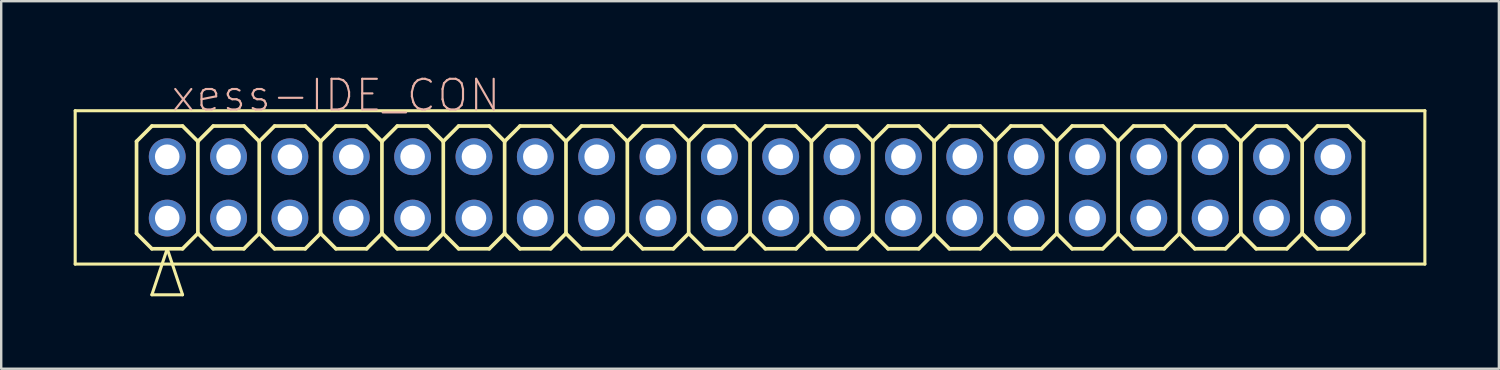
<source format=kicad_pcb>
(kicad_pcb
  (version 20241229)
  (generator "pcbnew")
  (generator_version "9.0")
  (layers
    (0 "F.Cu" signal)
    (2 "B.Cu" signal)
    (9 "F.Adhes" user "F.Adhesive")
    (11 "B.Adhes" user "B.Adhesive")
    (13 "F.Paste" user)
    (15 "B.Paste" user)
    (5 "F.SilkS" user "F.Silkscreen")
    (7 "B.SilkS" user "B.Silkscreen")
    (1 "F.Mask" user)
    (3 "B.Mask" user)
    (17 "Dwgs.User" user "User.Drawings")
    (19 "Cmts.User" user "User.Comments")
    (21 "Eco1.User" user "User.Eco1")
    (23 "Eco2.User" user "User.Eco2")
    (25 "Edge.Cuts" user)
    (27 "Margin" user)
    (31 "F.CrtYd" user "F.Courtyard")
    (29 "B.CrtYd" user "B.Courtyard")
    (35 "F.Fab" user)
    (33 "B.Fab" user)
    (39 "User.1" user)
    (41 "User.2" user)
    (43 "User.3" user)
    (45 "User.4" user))
  (footprint "xess-IDE_CON"
    (layer "F.Cu")
    (at 28.003 4.709)
    (property "Reference" "xess-IDE_CON" (at -17.145 -3.81 0) (layer "B.SilkS") (effects (font (size 1.27 1.27) (thickness 0.089))))
    (attr exclude_from_pos_files exclude_from_bom)
    (fp_line (start -27.94 -3.175) (end -27.94 3.175) (stroke (width 0.127) (type solid)) (layer "F.SilkS"))
    (fp_line (start -27.94 3.175) (end 27.94 3.175) (stroke (width 0.127) (type solid)) (layer "F.SilkS"))
    (fp_line (start -25.4 -1.905) (end -24.765 -2.54) (stroke (width 0.152) (type solid)) (layer "F.SilkS"))
    (fp_line (start -25.4 1.905) (end -25.4 -1.905) (stroke (width 0.152) (type solid)) (layer "F.SilkS"))
    (fp_line (start -25.4 1.905) (end -24.765 2.54) (stroke (width 0.152) (type solid)) (layer "F.SilkS"))
    (fp_line (start -24.765 -2.54) (end -23.495 -2.54) (stroke (width 0.152) (type solid)) (layer "F.SilkS"))
    (fp_line (start -24.765 2.54) (end -23.495 2.54) (stroke (width 0.152) (type solid)) (layer "F.SilkS"))
    (fp_line (start -24.765 4.445) (end -23.495 4.445) (stroke (width 0.127) (type solid)) (layer "F.SilkS"))
    (fp_line (start -24.13 2.54) (end -24.765 4.445) (stroke (width 0.127) (type solid)) (layer "F.SilkS"))
    (fp_line (start -23.495 -2.54) (end -22.86 -1.905) (stroke (width 0.152) (type solid)) (layer "F.SilkS"))
    (fp_line (start -23.495 2.54) (end -22.86 1.905) (stroke (width 0.152) (type solid)) (layer "F.SilkS"))
    (fp_line (start -23.495 4.445) (end -24.13 2.54) (stroke (width 0.127) (type solid)) (layer "F.SilkS"))
    (fp_line (start -22.86 -1.905) (end -22.86 1.905) (stroke (width 0.152) (type solid)) (layer "F.SilkS"))
    (fp_line (start -22.86 -1.905) (end -22.225 -2.54) (stroke (width 0.152) (type solid)) (layer "F.SilkS"))
    (fp_line (start -22.86 1.905) (end -22.225 2.54) (stroke (width 0.152) (type solid)) (layer "F.SilkS"))
    (fp_line (start -22.225 -2.54) (end -20.955 -2.54) (stroke (width 0.152) (type solid)) (layer "F.SilkS"))
    (fp_line (start -22.225 2.54) (end -20.955 2.54) (stroke (width 0.152) (type solid)) (layer "F.SilkS"))
    (fp_line (start -20.955 -2.54) (end -20.32 -1.905) (stroke (width 0.152) (type solid)) (layer "F.SilkS"))
    (fp_line (start -20.955 2.54) (end -20.32 1.905) (stroke (width 0.152) (type solid)) (layer "F.SilkS"))
    (fp_line (start -20.32 -1.905) (end -20.32 1.905) (stroke (width 0.152) (type solid)) (layer "F.SilkS"))
    (fp_line (start -20.32 -1.905) (end -19.685 -2.54) (stroke (width 0.152) (type solid)) (layer "F.SilkS"))
    (fp_line (start -20.32 1.905) (end -19.685 2.54) (stroke (width 0.152) (type solid)) (layer "F.SilkS"))
    (fp_line (start -19.685 -2.54) (end -18.415 -2.54) (stroke (width 0.152) (type solid)) (layer "F.SilkS"))
    (fp_line (start -19.685 2.54) (end -18.415 2.54) (stroke (width 0.152) (type solid)) (layer "F.SilkS"))
    (fp_line (start -18.415 -2.54) (end -17.78 -1.905) (stroke (width 0.152) (type solid)) (layer "F.SilkS"))
    (fp_line (start -18.415 2.54) (end -17.78 1.905) (stroke (width 0.152) (type solid)) (layer "F.SilkS"))
    (fp_line (start -17.78 -1.905) (end -17.78 1.905) (stroke (width 0.152) (type solid)) (layer "F.SilkS"))
    (fp_line (start -17.78 -1.905) (end -17.145 -2.54) (stroke (width 0.152) (type solid)) (layer "F.SilkS"))
    (fp_line (start -17.78 1.905) (end -17.145 2.54) (stroke (width 0.152) (type solid)) (layer "F.SilkS"))
    (fp_line (start -17.145 -2.54) (end -15.875 -2.54) (stroke (width 0.152) (type solid)) (layer "F.SilkS"))
    (fp_line (start -17.145 2.54) (end -15.875 2.54) (stroke (width 0.152) (type solid)) (layer "F.SilkS"))
    (fp_line (start -15.875 -2.54) (end -15.24 -1.905) (stroke (width 0.152) (type solid)) (layer "F.SilkS"))
    (fp_line (start -15.875 2.54) (end -15.24 1.905) (stroke (width 0.152) (type solid)) (layer "F.SilkS"))
    (fp_line (start -15.24 -1.905) (end -15.24 1.905) (stroke (width 0.152) (type solid)) (layer "F.SilkS"))
    (fp_line (start -15.24 -1.905) (end -14.605 -2.54) (stroke (width 0.152) (type solid)) (layer "F.SilkS"))
    (fp_line (start -15.24 1.905) (end -14.605 2.54) (stroke (width 0.152) (type solid)) (layer "F.SilkS"))
    (fp_line (start -14.605 -2.54) (end -13.335 -2.54) (stroke (width 0.152) (type solid)) (layer "F.SilkS"))
    (fp_line (start -14.605 2.54) (end -13.335 2.54) (stroke (width 0.152) (type solid)) (layer "F.SilkS"))
    (fp_line (start -13.335 -2.54) (end -12.7 -1.905) (stroke (width 0.152) (type solid)) (layer "F.SilkS"))
    (fp_line (start -13.335 2.54) (end -12.7 1.905) (stroke (width 0.152) (type solid)) (layer "F.SilkS"))
    (fp_line (start -12.7 -1.905) (end -12.7 1.905) (stroke (width 0.152) (type solid)) (layer "F.SilkS"))
    (fp_line (start -12.7 -1.905) (end -12.065 -2.54) (stroke (width 0.152) (type solid)) (layer "F.SilkS"))
    (fp_line (start -12.7 1.905) (end -12.065 2.54) (stroke (width 0.152) (type solid)) (layer "F.SilkS"))
    (fp_line (start -12.065 -2.54) (end -10.795 -2.54) (stroke (width 0.152) (type solid)) (layer "F.SilkS"))
    (fp_line (start -12.065 2.54) (end -10.795 2.54) (stroke (width 0.152) (type solid)) (layer "F.SilkS"))
    (fp_line (start -10.795 -2.54) (end -10.16 -1.905) (stroke (width 0.152) (type solid)) (layer "F.SilkS"))
    (fp_line (start -10.795 2.54) (end -10.16 1.905) (stroke (width 0.152) (type solid)) (layer "F.SilkS"))
    (fp_line (start -10.16 -1.905) (end -10.16 1.905) (stroke (width 0.152) (type solid)) (layer "F.SilkS"))
    (fp_line (start -10.16 -1.905) (end -9.525 -2.54) (stroke (width 0.152) (type solid)) (layer "F.SilkS"))
    (fp_line (start -10.16 1.905) (end -9.525 2.54) (stroke (width 0.152) (type solid)) (layer "F.SilkS"))
    (fp_line (start -9.525 -2.54) (end -8.255 -2.54) (stroke (width 0.152) (type solid)) (layer "F.SilkS"))
    (fp_line (start -8.255 -2.54) (end -7.62 -1.905) (stroke (width 0.152) (type solid)) (layer "F.SilkS"))
    (fp_line (start -8.255 2.54) (end -9.525 2.54) (stroke (width 0.152) (type solid)) (layer "F.SilkS"))
    (fp_line (start -7.62 -1.905) (end -7.62 1.905) (stroke (width 0.152) (type solid)) (layer "F.SilkS"))
    (fp_line (start -7.62 -1.905) (end -6.985 -2.54) (stroke (width 0.152) (type solid)) (layer "F.SilkS"))
    (fp_line (start -7.62 1.905) (end -8.255 2.54) (stroke (width 0.152) (type solid)) (layer "F.SilkS"))
    (fp_line (start -7.62 1.905) (end -6.985 2.54) (stroke (width 0.152) (type solid)) (layer "F.SilkS"))
    (fp_line (start -6.985 -2.54) (end -5.715 -2.54) (stroke (width 0.152) (type solid)) (layer "F.SilkS"))
    (fp_line (start -5.715 -2.54) (end -5.08 -1.905) (stroke (width 0.152) (type solid)) (layer "F.SilkS"))
    (fp_line (start -5.715 2.54) (end -6.985 2.54) (stroke (width 0.152) (type solid)) (layer "F.SilkS"))
    (fp_line (start -5.08 -1.905) (end -5.08 1.905) (stroke (width 0.152) (type solid)) (layer "F.SilkS"))
    (fp_line (start -5.08 -1.905) (end -4.445 -2.54) (stroke (width 0.152) (type solid)) (layer "F.SilkS"))
    (fp_line (start -5.08 1.905) (end -5.715 2.54) (stroke (width 0.152) (type solid)) (layer "F.SilkS"))
    (fp_line (start -5.08 1.905) (end -4.445 2.54) (stroke (width 0.152) (type solid)) (layer "F.SilkS"))
    (fp_line (start -4.445 -2.54) (end -3.175 -2.54) (stroke (width 0.152) (type solid)) (layer "F.SilkS"))
    (fp_line (start -3.175 -2.54) (end -2.54 -1.905) (stroke (width 0.152) (type solid)) (layer "F.SilkS"))
    (fp_line (start -3.175 2.54) (end -4.445 2.54) (stroke (width 0.152) (type solid)) (layer "F.SilkS"))
    (fp_line (start -2.54 -1.905) (end -2.54 1.905) (stroke (width 0.152) (type solid)) (layer "F.SilkS"))
    (fp_line (start -2.54 -1.905) (end -1.905 -2.54) (stroke (width 0.152) (type solid)) (layer "F.SilkS"))
    (fp_line (start -2.54 1.905) (end -3.175 2.54) (stroke (width 0.152) (type solid)) (layer "F.SilkS"))
    (fp_line (start -2.54 1.905) (end -1.905 2.54) (stroke (width 0.152) (type solid)) (layer "F.SilkS"))
    (fp_line (start -1.905 -2.54) (end -0.635 -2.54) (stroke (width 0.152) (type solid)) (layer "F.SilkS"))
    (fp_line (start -0.635 -2.54) (end 0 -1.905) (stroke (width 0.152) (type solid)) (layer "F.SilkS"))
    (fp_line (start -0.635 2.54) (end -1.905 2.54) (stroke (width 0.152) (type solid)) (layer "F.SilkS"))
    (fp_line (start 0 -1.905) (end 0 1.905) (stroke (width 0.152) (type solid)) (layer "F.SilkS"))
    (fp_line (start 0 -1.905) (end 0.635 -2.54) (stroke (width 0.152) (type solid)) (layer "F.SilkS"))
    (fp_line (start 0 1.905) (end -0.635 2.54) (stroke (width 0.152) (type solid)) (layer "F.SilkS"))
    (fp_line (start 0 1.905) (end 0.635 2.54) (stroke (width 0.152) (type solid)) (layer "F.SilkS"))
    (fp_line (start 0.635 -2.54) (end 1.905 -2.54) (stroke (width 0.152) (type solid)) (layer "F.SilkS"))
    (fp_line (start 1.905 -2.54) (end 2.54 -1.905) (stroke (width 0.152) (type solid)) (layer "F.SilkS"))
    (fp_line (start 1.905 2.54) (end 0.635 2.54) (stroke (width 0.152) (type solid)) (layer "F.SilkS"))
    (fp_line (start 2.54 -1.905) (end 2.54 1.905) (stroke (width 0.152) (type solid)) (layer "F.SilkS"))
    (fp_line (start 2.54 -1.905) (end 3.175 -2.54) (stroke (width 0.152) (type solid)) (layer "F.SilkS"))
    (fp_line (start 2.54 1.905) (end 1.905 2.54) (stroke (width 0.152) (type solid)) (layer "F.SilkS"))
    (fp_line (start 2.54 1.905) (end 3.175 2.54) (stroke (width 0.152) (type solid)) (layer "F.SilkS"))
    (fp_line (start 3.175 -2.54) (end 4.445 -2.54) (stroke (width 0.152) (type solid)) (layer "F.SilkS"))
    (fp_line (start 4.445 2.54) (end 3.175 2.54) (stroke (width 0.152) (type solid)) (layer "F.SilkS"))
    (fp_line (start 5.08 -1.905) (end 4.445 -2.54) (stroke (width 0.152) (type solid)) (layer "F.SilkS"))
    (fp_line (start 5.08 -1.905) (end 5.08 1.905) (stroke (width 0.152) (type solid)) (layer "F.SilkS"))
    (fp_line (start 5.08 -1.905) (end 5.715 -2.54) (stroke (width 0.152) (type solid)) (layer "F.SilkS"))
    (fp_line (start 5.08 1.905) (end 4.445 2.54) (stroke (width 0.152) (type solid)) (layer "F.SilkS"))
    (fp_line (start 5.08 1.905) (end 5.715 2.54) (stroke (width 0.152) (type solid)) (layer "F.SilkS"))
    (fp_line (start 6.985 -2.54) (end 5.715 -2.54) (stroke (width 0.152) (type solid)) (layer "F.SilkS"))
    (fp_line (start 6.985 -2.54) (end 7.62 -1.905) (stroke (width 0.152) (type solid)) (layer "F.SilkS"))
    (fp_line (start 6.985 2.54) (end 5.715 2.54) (stroke (width 0.152) (type solid)) (layer "F.SilkS"))
    (fp_line (start 7.62 -1.905) (end 7.62 1.905) (stroke (width 0.152) (type solid)) (layer "F.SilkS"))
    (fp_line (start 7.62 -1.905) (end 8.255 -2.54) (stroke (width 0.152) (type solid)) (layer "F.SilkS"))
    (fp_line (start 7.62 1.905) (end 6.985 2.54) (stroke (width 0.152) (type solid)) (layer "F.SilkS"))
    (fp_line (start 7.62 1.905) (end 8.255 2.54) (stroke (width 0.152) (type solid)) (layer "F.SilkS"))
    (fp_line (start 9.525 -2.54) (end 8.255 -2.54) (stroke (width 0.152) (type solid)) (layer "F.SilkS"))
    (fp_line (start 9.525 -2.54) (end 10.16 -1.905) (stroke (width 0.152) (type solid)) (layer "F.SilkS"))
    (fp_line (start 9.525 2.54) (end 8.255 2.54) (stroke (width 0.152) (type solid)) (layer "F.SilkS"))
    (fp_line (start 10.16 -1.905) (end 10.16 1.905) (stroke (width 0.152) (type solid)) (layer "F.SilkS"))
    (fp_line (start 10.16 -1.905) (end 10.795 -2.54) (stroke (width 0.152) (type solid)) (layer "F.SilkS"))
    (fp_line (start 10.16 1.905) (end 9.525 2.54) (stroke (width 0.152) (type solid)) (layer "F.SilkS"))
    (fp_line (start 10.795 2.54) (end 10.16 1.905) (stroke (width 0.152) (type solid)) (layer "F.SilkS"))
    (fp_line (start 10.795 2.54) (end 12.065 2.54) (stroke (width 0.152) (type solid)) (layer "F.SilkS"))
    (fp_line (start 12.065 -2.54) (end 10.795 -2.54) (stroke (width 0.152) (type solid)) (layer "F.SilkS"))
    (fp_line (start 12.065 -2.54) (end 12.7 -1.905) (stroke (width 0.152) (type solid)) (layer "F.SilkS"))
    (fp_line (start 12.7 -1.905) (end 12.7 1.905) (stroke (width 0.152) (type solid)) (layer "F.SilkS"))
    (fp_line (start 12.7 -1.905) (end 13.335 -2.54) (stroke (width 0.152) (type solid)) (layer "F.SilkS"))
    (fp_line (start 12.7 1.905) (end 12.065 2.54) (stroke (width 0.152) (type solid)) (layer "F.SilkS"))
    (fp_line (start 13.335 2.54) (end 12.7 1.905) (stroke (width 0.152) (type solid)) (layer "F.SilkS"))
    (fp_line (start 13.335 2.54) (end 14.605 2.54) (stroke (width 0.152) (type solid)) (layer "F.SilkS"))
    (fp_line (start 14.605 -2.54) (end 13.335 -2.54) (stroke (width 0.152) (type solid)) (layer "F.SilkS"))
    (fp_line (start 14.605 -2.54) (end 15.24 -1.905) (stroke (width 0.152) (type solid)) (layer "F.SilkS"))
    (fp_line (start 15.24 -1.905) (end 15.24 1.905) (stroke (width 0.152) (type solid)) (layer "F.SilkS"))
    (fp_line (start 15.24 -1.905) (end 15.875 -2.54) (stroke (width 0.152) (type solid)) (layer "F.SilkS"))
    (fp_line (start 15.24 1.905) (end 14.605 2.54) (stroke (width 0.152) (type solid)) (layer "F.SilkS"))
    (fp_line (start 15.24 1.905) (end 15.875 2.54) (stroke (width 0.152) (type solid)) (layer "F.SilkS"))
    (fp_line (start 17.145 -2.54) (end 15.875 -2.54) (stroke (width 0.152) (type solid)) (layer "F.SilkS"))
    (fp_line (start 17.145 -2.54) (end 17.78 -1.905) (stroke (width 0.152) (type solid)) (layer "F.SilkS"))
    (fp_line (start 17.145 2.54) (end 15.875 2.54) (stroke (width 0.152) (type solid)) (layer "F.SilkS"))
    (fp_line (start 17.78 -1.905) (end 17.78 1.905) (stroke (width 0.152) (type solid)) (layer "F.SilkS"))
    (fp_line (start 17.78 -1.905) (end 18.415 -2.54) (stroke (width 0.152) (type solid)) (layer "F.SilkS"))
    (fp_line (start 17.78 1.905) (end 17.145 2.54) (stroke (width 0.152) (type solid)) (layer "F.SilkS"))
    (fp_line (start 17.78 1.905) (end 18.415 2.54) (stroke (width 0.152) (type solid)) (layer "F.SilkS"))
    (fp_line (start 19.685 -2.54) (end 18.415 -2.54) (stroke (width 0.152) (type solid)) (layer "F.SilkS"))
    (fp_line (start 19.685 -2.54) (end 20.32 -1.905) (stroke (width 0.152) (type solid)) (layer "F.SilkS"))
    (fp_line (start 19.685 2.54) (end 18.415 2.54) (stroke (width 0.152) (type solid)) (layer "F.SilkS"))
    (fp_line (start 20.32 -1.905) (end 20.32 1.905) (stroke (width 0.152) (type solid)) (layer "F.SilkS"))
    (fp_line (start 20.32 -1.905) (end 20.955 -2.54) (stroke (width 0.152) (type solid)) (layer "F.SilkS"))
    (fp_line (start 20.32 1.905) (end 19.685 2.54) (stroke (width 0.152) (type solid)) (layer "F.SilkS"))
    (fp_line (start 20.32 1.905) (end 20.955 2.54) (stroke (width 0.152) (type solid)) (layer "F.SilkS"))
    (fp_line (start 22.225 -2.54) (end 20.955 -2.54) (stroke (width 0.152) (type solid)) (layer "F.SilkS"))
    (fp_line (start 22.225 -2.54) (end 22.86 -1.905) (stroke (width 0.152) (type solid)) (layer "F.SilkS"))
    (fp_line (start 22.225 2.54) (end 20.955 2.54) (stroke (width 0.152) (type solid)) (layer "F.SilkS"))
    (fp_line (start 22.86 -1.905) (end 22.86 1.905) (stroke (width 0.152) (type solid)) (layer "F.SilkS"))
    (fp_line (start 22.86 -1.905) (end 23.495 -2.54) (stroke (width 0.152) (type solid)) (layer "F.SilkS"))
    (fp_line (start 22.86 1.905) (end 22.225 2.54) (stroke (width 0.152) (type solid)) (layer "F.SilkS"))
    (fp_line (start 22.86 1.905) (end 23.495 2.54) (stroke (width 0.152) (type solid)) (layer "F.SilkS"))
    (fp_line (start 24.765 -2.54) (end 23.495 -2.54) (stroke (width 0.152) (type solid)) (layer "F.SilkS"))
    (fp_line (start 24.765 -2.54) (end 25.4 -1.905) (stroke (width 0.152) (type solid)) (layer "F.SilkS"))
    (fp_line (start 24.765 2.54) (end 23.495 2.54) (stroke (width 0.152) (type solid)) (layer "F.SilkS"))
    (fp_line (start 25.4 -1.905) (end 25.4 1.905) (stroke (width 0.152) (type solid)) (layer "F.SilkS"))
    (fp_line (start 25.4 1.905) (end 24.765 2.54) (stroke (width 0.152) (type solid)) (layer "F.SilkS"))
    (fp_line (start 27.94 -3.175) (end -27.94 -3.175) (stroke (width 0.127) (type solid)) (layer "F.SilkS"))
    (fp_line (start 27.94 3.175) (end 27.94 -3.175) (stroke (width 0.127) (type solid)) (layer "F.SilkS"))
    (fp_line (start -24.384 -1.524) (end -23.876 -1.524) (stroke (width 0.066) (type solid)) (layer "Dwgs.User"))
    (fp_line (start -24.384 -1.016) (end -24.384 -1.524) (stroke (width 0.066) (type solid)) (layer "Dwgs.User"))
    (fp_line (start -24.384 -1.016) (end -23.876 -1.016) (stroke (width 0.066) (type solid)) (layer "Dwgs.User"))
    (fp_line (start -24.384 1.016) (end -23.876 1.016) (stroke (width 0.066) (type solid)) (layer "Dwgs.User"))
    (fp_line (start -24.384 1.524) (end -24.384 1.016) (stroke (width 0.066) (type solid)) (layer "Dwgs.User"))
    (fp_line (start -24.384 1.524) (end -23.876 1.524) (stroke (width 0.066) (type solid)) (layer "Dwgs.User"))
    (fp_line (start -23.876 -1.016) (end -23.876 -1.524) (stroke (width 0.066) (type solid)) (layer "Dwgs.User"))
    (fp_line (start -23.876 1.524) (end -23.876 1.016) (stroke (width 0.066) (type solid)) (layer "Dwgs.User"))
    (fp_line (start -21.844 -1.524) (end -21.336 -1.524) (stroke (width 0.066) (type solid)) (layer "Dwgs.User"))
    (fp_line (start -21.844 -1.016) (end -21.844 -1.524) (stroke (width 0.066) (type solid)) (layer "Dwgs.User"))
    (fp_line (start -21.844 -1.016) (end -21.336 -1.016) (stroke (width 0.066) (type solid)) (layer "Dwgs.User"))
    (fp_line (start -21.844 1.016) (end -21.336 1.016) (stroke (width 0.066) (type solid)) (layer "Dwgs.User"))
    (fp_line (start -21.844 1.524) (end -21.844 1.016) (stroke (width 0.066) (type solid)) (layer "Dwgs.User"))
    (fp_line (start -21.844 1.524) (end -21.336 1.524) (stroke (width 0.066) (type solid)) (layer "Dwgs.User"))
    (fp_line (start -21.336 -1.016) (end -21.336 -1.524) (stroke (width 0.066) (type solid)) (layer "Dwgs.User"))
    (fp_line (start -21.336 1.524) (end -21.336 1.016) (stroke (width 0.066) (type solid)) (layer "Dwgs.User"))
    (fp_line (start -19.304 -1.524) (end -18.796 -1.524) (stroke (width 0.066) (type solid)) (layer "Dwgs.User"))
    (fp_line (start -19.304 -1.016) (end -19.304 -1.524) (stroke (width 0.066) (type solid)) (layer "Dwgs.User"))
    (fp_line (start -19.304 -1.016) (end -18.796 -1.016) (stroke (width 0.066) (type solid)) (layer "Dwgs.User"))
    (fp_line (start -19.304 1.016) (end -18.796 1.016) (stroke (width 0.066) (type solid)) (layer "Dwgs.User"))
    (fp_line (start -19.304 1.524) (end -19.304 1.016) (stroke (width 0.066) (type solid)) (layer "Dwgs.User"))
    (fp_line (start -19.304 1.524) (end -18.796 1.524) (stroke (width 0.066) (type solid)) (layer "Dwgs.User"))
    (fp_line (start -18.796 -1.016) (end -18.796 -1.524) (stroke (width 0.066) (type solid)) (layer "Dwgs.User"))
    (fp_line (start -18.796 1.524) (end -18.796 1.016) (stroke (width 0.066) (type solid)) (layer "Dwgs.User"))
    (fp_line (start -16.764 -1.524) (end -16.256 -1.524) (stroke (width 0.066) (type solid)) (layer "Dwgs.User"))
    (fp_line (start -16.764 -1.016) (end -16.764 -1.524) (stroke (width 0.066) (type solid)) (layer "Dwgs.User"))
    (fp_line (start -16.764 -1.016) (end -16.256 -1.016) (stroke (width 0.066) (type solid)) (layer "Dwgs.User"))
    (fp_line (start -16.764 1.016) (end -16.256 1.016) (stroke (width 0.066) (type solid)) (layer "Dwgs.User"))
    (fp_line (start -16.764 1.524) (end -16.764 1.016) (stroke (width 0.066) (type solid)) (layer "Dwgs.User"))
    (fp_line (start -16.764 1.524) (end -16.256 1.524) (stroke (width 0.066) (type solid)) (layer "Dwgs.User"))
    (fp_line (start -16.256 -1.016) (end -16.256 -1.524) (stroke (width 0.066) (type solid)) (layer "Dwgs.User"))
    (fp_line (start -16.256 1.524) (end -16.256 1.016) (stroke (width 0.066) (type solid)) (layer "Dwgs.User"))
    (fp_line (start -14.224 -1.524) (end -13.716 -1.524) (stroke (width 0.066) (type solid)) (layer "Dwgs.User"))
    (fp_line (start -14.224 -1.016) (end -14.224 -1.524) (stroke (width 0.066) (type solid)) (layer "Dwgs.User"))
    (fp_line (start -14.224 -1.016) (end -13.716 -1.016) (stroke (width 0.066) (type solid)) (layer "Dwgs.User"))
    (fp_line (start -14.224 1.016) (end -13.716 1.016) (stroke (width 0.066) (type solid)) (layer "Dwgs.User"))
    (fp_line (start -14.224 1.524) (end -14.224 1.016) (stroke (width 0.066) (type solid)) (layer "Dwgs.User"))
    (fp_line (start -14.224 1.524) (end -13.716 1.524) (stroke (width 0.066) (type solid)) (layer "Dwgs.User"))
    (fp_line (start -13.716 -1.016) (end -13.716 -1.524) (stroke (width 0.066) (type solid)) (layer "Dwgs.User"))
    (fp_line (start -13.716 1.524) (end -13.716 1.016) (stroke (width 0.066) (type solid)) (layer "Dwgs.User"))
    (fp_line (start -11.684 -1.524) (end -11.176 -1.524) (stroke (width 0.066) (type solid)) (layer "Dwgs.User"))
    (fp_line (start -11.684 -1.016) (end -11.684 -1.524) (stroke (width 0.066) (type solid)) (layer "Dwgs.User"))
    (fp_line (start -11.684 -1.016) (end -11.176 -1.016) (stroke (width 0.066) (type solid)) (layer "Dwgs.User"))
    (fp_line (start -11.684 1.016) (end -11.176 1.016) (stroke (width 0.066) (type solid)) (layer "Dwgs.User"))
    (fp_line (start -11.684 1.524) (end -11.684 1.016) (stroke (width 0.066) (type solid)) (layer "Dwgs.User"))
    (fp_line (start -11.684 1.524) (end -11.176 1.524) (stroke (width 0.066) (type solid)) (layer "Dwgs.User"))
    (fp_line (start -11.176 -1.016) (end -11.176 -1.524) (stroke (width 0.066) (type solid)) (layer "Dwgs.User"))
    (fp_line (start -11.176 1.524) (end -11.176 1.016) (stroke (width 0.066) (type solid)) (layer "Dwgs.User"))
    (fp_line (start -9.144 -1.524) (end -8.636 -1.524) (stroke (width 0.066) (type solid)) (layer "Dwgs.User"))
    (fp_line (start -9.144 -1.016) (end -9.144 -1.524) (stroke (width 0.066) (type solid)) (layer "Dwgs.User"))
    (fp_line (start -9.144 -1.016) (end -8.636 -1.016) (stroke (width 0.066) (type solid)) (layer "Dwgs.User"))
    (fp_line (start -9.144 1.016) (end -8.636 1.016) (stroke (width 0.066) (type solid)) (layer "Dwgs.User"))
    (fp_line (start -9.144 1.524) (end -9.144 1.016) (stroke (width 0.066) (type solid)) (layer "Dwgs.User"))
    (fp_line (start -9.144 1.524) (end -8.636 1.524) (stroke (width 0.066) (type solid)) (layer "Dwgs.User"))
    (fp_line (start -8.636 -1.016) (end -8.636 -1.524) (stroke (width 0.066) (type solid)) (layer "Dwgs.User"))
    (fp_line (start -8.636 1.524) (end -8.636 1.016) (stroke (width 0.066) (type solid)) (layer "Dwgs.User"))
    (fp_line (start -6.604 -1.524) (end -6.096 -1.524) (stroke (width 0.066) (type solid)) (layer "Dwgs.User"))
    (fp_line (start -6.604 -1.016) (end -6.604 -1.524) (stroke (width 0.066) (type solid)) (layer "Dwgs.User"))
    (fp_line (start -6.604 -1.016) (end -6.096 -1.016) (stroke (width 0.066) (type solid)) (layer "Dwgs.User"))
    (fp_line (start -6.604 1.016) (end -6.096 1.016) (stroke (width 0.066) (type solid)) (layer "Dwgs.User"))
    (fp_line (start -6.604 1.524) (end -6.604 1.016) (stroke (width 0.066) (type solid)) (layer "Dwgs.User"))
    (fp_line (start -6.604 1.524) (end -6.096 1.524) (stroke (width 0.066) (type solid)) (layer "Dwgs.User"))
    (fp_line (start -6.096 -1.016) (end -6.096 -1.524) (stroke (width 0.066) (type solid)) (layer "Dwgs.User"))
    (fp_line (start -6.096 1.524) (end -6.096 1.016) (stroke (width 0.066) (type solid)) (layer "Dwgs.User"))
    (fp_line (start -4.064 -1.524) (end -3.556 -1.524) (stroke (width 0.066) (type solid)) (layer "Dwgs.User"))
    (fp_line (start -4.064 -1.016) (end -4.064 -1.524) (stroke (width 0.066) (type solid)) (layer "Dwgs.User"))
    (fp_line (start -4.064 -1.016) (end -3.556 -1.016) (stroke (width 0.066) (type solid)) (layer "Dwgs.User"))
    (fp_line (start -4.064 1.016) (end -3.556 1.016) (stroke (width 0.066) (type solid)) (layer "Dwgs.User"))
    (fp_line (start -4.064 1.524) (end -4.064 1.016) (stroke (width 0.066) (type solid)) (layer "Dwgs.User"))
    (fp_line (start -4.064 1.524) (end -3.556 1.524) (stroke (width 0.066) (type solid)) (layer "Dwgs.User"))
    (fp_line (start -3.556 -1.016) (end -3.556 -1.524) (stroke (width 0.066) (type solid)) (layer "Dwgs.User"))
    (fp_line (start -3.556 1.524) (end -3.556 1.016) (stroke (width 0.066) (type solid)) (layer "Dwgs.User"))
    (fp_line (start -1.524 -1.524) (end -1.016 -1.524) (stroke (width 0.066) (type solid)) (layer "Dwgs.User"))
    (fp_line (start -1.524 -1.016) (end -1.524 -1.524) (stroke (width 0.066) (type solid)) (layer "Dwgs.User"))
    (fp_line (start -1.524 -1.016) (end -1.016 -1.016) (stroke (width 0.066) (type solid)) (layer "Dwgs.User"))
    (fp_line (start -1.524 1.016) (end -1.016 1.016) (stroke (width 0.066) (type solid)) (layer "Dwgs.User"))
    (fp_line (start -1.524 1.524) (end -1.524 1.016) (stroke (width 0.066) (type solid)) (layer "Dwgs.User"))
    (fp_line (start -1.524 1.524) (end -1.016 1.524) (stroke (width 0.066) (type solid)) (layer "Dwgs.User"))
    (fp_line (start -1.016 -1.016) (end -1.016 -1.524) (stroke (width 0.066) (type solid)) (layer "Dwgs.User"))
    (fp_line (start -1.016 1.524) (end -1.016 1.016) (stroke (width 0.066) (type solid)) (layer "Dwgs.User"))
    (fp_line (start 1.016 -1.524) (end 1.524 -1.524) (stroke (width 0.066) (type solid)) (layer "Dwgs.User"))
    (fp_line (start 1.016 -1.016) (end 1.016 -1.524) (stroke (width 0.066) (type solid)) (layer "Dwgs.User"))
    (fp_line (start 1.016 -1.016) (end 1.524 -1.016) (stroke (width 0.066) (type solid)) (layer "Dwgs.User"))
    (fp_line (start 1.016 1.016) (end 1.524 1.016) (stroke (width 0.066) (type solid)) (layer "Dwgs.User"))
    (fp_line (start 1.016 1.524) (end 1.016 1.016) (stroke (width 0.066) (type solid)) (layer "Dwgs.User"))
    (fp_line (start 1.016 1.524) (end 1.524 1.524) (stroke (width 0.066) (type solid)) (layer "Dwgs.User"))
    (fp_line (start 1.524 -1.016) (end 1.524 -1.524) (stroke (width 0.066) (type solid)) (layer "Dwgs.User"))
    (fp_line (start 1.524 1.524) (end 1.524 1.016) (stroke (width 0.066) (type solid)) (layer "Dwgs.User"))
    (fp_line (start 3.556 -1.524) (end 4.064 -1.524) (stroke (width 0.066) (type solid)) (layer "Dwgs.User"))
    (fp_line (start 3.556 -1.016) (end 3.556 -1.524) (stroke (width 0.066) (type solid)) (layer "Dwgs.User"))
    (fp_line (start 3.556 -1.016) (end 4.064 -1.016) (stroke (width 0.066) (type solid)) (layer "Dwgs.User"))
    (fp_line (start 3.556 1.016) (end 4.064 1.016) (stroke (width 0.066) (type solid)) (layer "Dwgs.User"))
    (fp_line (start 3.556 1.524) (end 3.556 1.016) (stroke (width 0.066) (type solid)) (layer "Dwgs.User"))
    (fp_line (start 3.556 1.524) (end 4.064 1.524) (stroke (width 0.066) (type solid)) (layer "Dwgs.User"))
    (fp_line (start 4.064 -1.016) (end 4.064 -1.524) (stroke (width 0.066) (type solid)) (layer "Dwgs.User"))
    (fp_line (start 4.064 1.524) (end 4.064 1.016) (stroke (width 0.066) (type solid)) (layer "Dwgs.User"))
    (fp_line (start 6.096 -1.524) (end 6.604 -1.524) (stroke (width 0.066) (type solid)) (layer "Dwgs.User"))
    (fp_line (start 6.096 -1.016) (end 6.096 -1.524) (stroke (width 0.066) (type solid)) (layer "Dwgs.User"))
    (fp_line (start 6.096 -1.016) (end 6.604 -1.016) (stroke (width 0.066) (type solid)) (layer "Dwgs.User"))
    (fp_line (start 6.096 1.016) (end 6.604 1.016) (stroke (width 0.066) (type solid)) (layer "Dwgs.User"))
    (fp_line (start 6.096 1.524) (end 6.096 1.016) (stroke (width 0.066) (type solid)) (layer "Dwgs.User"))
    (fp_line (start 6.096 1.524) (end 6.604 1.524) (stroke (width 0.066) (type solid)) (layer "Dwgs.User"))
    (fp_line (start 6.604 -1.016) (end 6.604 -1.524) (stroke (width 0.066) (type solid)) (layer "Dwgs.User"))
    (fp_line (start 6.604 1.524) (end 6.604 1.016) (stroke (width 0.066) (type solid)) (layer "Dwgs.User"))
    (fp_line (start 8.636 -1.524) (end 9.144 -1.524) (stroke (width 0.066) (type solid)) (layer "Dwgs.User"))
    (fp_line (start 8.636 -1.016) (end 8.636 -1.524) (stroke (width 0.066) (type solid)) (layer "Dwgs.User"))
    (fp_line (start 8.636 -1.016) (end 9.144 -1.016) (stroke (width 0.066) (type solid)) (layer "Dwgs.User"))
    (fp_line (start 8.636 1.016) (end 9.144 1.016) (stroke (width 0.066) (type solid)) (layer "Dwgs.User"))
    (fp_line (start 8.636 1.524) (end 8.636 1.016) (stroke (width 0.066) (type solid)) (layer "Dwgs.User"))
    (fp_line (start 8.636 1.524) (end 9.144 1.524) (stroke (width 0.066) (type solid)) (layer "Dwgs.User"))
    (fp_line (start 9.144 -1.016) (end 9.144 -1.524) (stroke (width 0.066) (type solid)) (layer "Dwgs.User"))
    (fp_line (start 9.144 1.524) (end 9.144 1.016) (stroke (width 0.066) (type solid)) (layer "Dwgs.User"))
    (fp_line (start 11.176 -1.524) (end 11.684 -1.524) (stroke (width 0.066) (type solid)) (layer "Dwgs.User"))
    (fp_line (start 11.176 -1.016) (end 11.176 -1.524) (stroke (width 0.066) (type solid)) (layer "Dwgs.User"))
    (fp_line (start 11.176 -1.016) (end 11.684 -1.016) (stroke (width 0.066) (type solid)) (layer "Dwgs.User"))
    (fp_line (start 11.176 1.016) (end 11.684 1.016) (stroke (width 0.066) (type solid)) (layer "Dwgs.User"))
    (fp_line (start 11.176 1.524) (end 11.176 1.016) (stroke (width 0.066) (type solid)) (layer "Dwgs.User"))
    (fp_line (start 11.176 1.524) (end 11.684 1.524) (stroke (width 0.066) (type solid)) (layer "Dwgs.User"))
    (fp_line (start 11.684 -1.016) (end 11.684 -1.524) (stroke (width 0.066) (type solid)) (layer "Dwgs.User"))
    (fp_line (start 11.684 1.524) (end 11.684 1.016) (stroke (width 0.066) (type solid)) (layer "Dwgs.User"))
    (fp_line (start 13.716 -1.524) (end 14.224 -1.524) (stroke (width 0.066) (type solid)) (layer "Dwgs.User"))
    (fp_line (start 13.716 -1.016) (end 13.716 -1.524) (stroke (width 0.066) (type solid)) (layer "Dwgs.User"))
    (fp_line (start 13.716 -1.016) (end 14.224 -1.016) (stroke (width 0.066) (type solid)) (layer "Dwgs.User"))
    (fp_line (start 13.716 1.016) (end 14.224 1.016) (stroke (width 0.066) (type solid)) (layer "Dwgs.User"))
    (fp_line (start 13.716 1.524) (end 13.716 1.016) (stroke (width 0.066) (type solid)) (layer "Dwgs.User"))
    (fp_line (start 13.716 1.524) (end 14.224 1.524) (stroke (width 0.066) (type solid)) (layer "Dwgs.User"))
    (fp_line (start 14.224 -1.016) (end 14.224 -1.524) (stroke (width 0.066) (type solid)) (layer "Dwgs.User"))
    (fp_line (start 14.224 1.524) (end 14.224 1.016) (stroke (width 0.066) (type solid)) (layer "Dwgs.User"))
    (fp_line (start 16.256 -1.524) (end 16.764 -1.524) (stroke (width 0.066) (type solid)) (layer "Dwgs.User"))
    (fp_line (start 16.256 -1.016) (end 16.256 -1.524) (stroke (width 0.066) (type solid)) (layer "Dwgs.User"))
    (fp_line (start 16.256 -1.016) (end 16.764 -1.016) (stroke (width 0.066) (type solid)) (layer "Dwgs.User"))
    (fp_line (start 16.256 1.016) (end 16.764 1.016) (stroke (width 0.066) (type solid)) (layer "Dwgs.User"))
    (fp_line (start 16.256 1.524) (end 16.256 1.016) (stroke (width 0.066) (type solid)) (layer "Dwgs.User"))
    (fp_line (start 16.256 1.524) (end 16.764 1.524) (stroke (width 0.066) (type solid)) (layer "Dwgs.User"))
    (fp_line (start 16.764 -1.016) (end 16.764 -1.524) (stroke (width 0.066) (type solid)) (layer "Dwgs.User"))
    (fp_line (start 16.764 1.524) (end 16.764 1.016) (stroke (width 0.066) (type solid)) (layer "Dwgs.User"))
    (fp_line (start 18.796 -1.524) (end 19.304 -1.524) (stroke (width 0.066) (type solid)) (layer "Dwgs.User"))
    (fp_line (start 18.796 -1.016) (end 18.796 -1.524) (stroke (width 0.066) (type solid)) (layer "Dwgs.User"))
    (fp_line (start 18.796 -1.016) (end 19.304 -1.016) (stroke (width 0.066) (type solid)) (layer "Dwgs.User"))
    (fp_line (start 18.796 1.016) (end 19.304 1.016) (stroke (width 0.066) (type solid)) (layer "Dwgs.User"))
    (fp_line (start 18.796 1.524) (end 18.796 1.016) (stroke (width 0.066) (type solid)) (layer "Dwgs.User"))
    (fp_line (start 18.796 1.524) (end 19.304 1.524) (stroke (width 0.066) (type solid)) (layer "Dwgs.User"))
    (fp_line (start 19.304 -1.016) (end 19.304 -1.524) (stroke (width 0.066) (type solid)) (layer "Dwgs.User"))
    (fp_line (start 19.304 1.524) (end 19.304 1.016) (stroke (width 0.066) (type solid)) (layer "Dwgs.User"))
    (fp_line (start 21.336 -1.524) (end 21.844 -1.524) (stroke (width 0.066) (type solid)) (layer "Dwgs.User"))
    (fp_line (start 21.336 -1.016) (end 21.336 -1.524) (stroke (width 0.066) (type solid)) (layer "Dwgs.User"))
    (fp_line (start 21.336 -1.016) (end 21.844 -1.016) (stroke (width 0.066) (type solid)) (layer "Dwgs.User"))
    (fp_line (start 21.336 1.016) (end 21.844 1.016) (stroke (width 0.066) (type solid)) (layer "Dwgs.User"))
    (fp_line (start 21.336 1.524) (end 21.336 1.016) (stroke (width 0.066) (type solid)) (layer "Dwgs.User"))
    (fp_line (start 21.336 1.524) (end 21.844 1.524) (stroke (width 0.066) (type solid)) (layer "Dwgs.User"))
    (fp_line (start 21.844 -1.016) (end 21.844 -1.524) (stroke (width 0.066) (type solid)) (layer "Dwgs.User"))
    (fp_line (start 21.844 1.524) (end 21.844 1.016) (stroke (width 0.066) (type solid)) (layer "Dwgs.User"))
    (fp_line (start 23.876 -1.524) (end 24.384 -1.524) (stroke (width 0.066) (type solid)) (layer "Dwgs.User"))
    (fp_line (start 23.876 -1.016) (end 23.876 -1.524) (stroke (width 0.066) (type solid)) (layer "Dwgs.User"))
    (fp_line (start 23.876 -1.016) (end 24.384 -1.016) (stroke (width 0.066) (type solid)) (layer "Dwgs.User"))
    (fp_line (start 23.876 1.016) (end 24.384 1.016) (stroke (width 0.066) (type solid)) (layer "Dwgs.User"))
    (fp_line (start 23.876 1.524) (end 23.876 1.016) (stroke (width 0.066) (type solid)) (layer "Dwgs.User"))
    (fp_line (start 23.876 1.524) (end 24.384 1.524) (stroke (width 0.066) (type solid)) (layer "Dwgs.User"))
    (fp_line (start 24.384 -1.016) (end 24.384 -1.524) (stroke (width 0.066) (type solid)) (layer "Dwgs.User"))
    (fp_line (start 24.384 1.524) (end 24.384 1.016) (stroke (width 0.066) (type solid)) (layer "Dwgs.User"))
    (pad "1" thru_hole circle (at -24.13 1.27) (size 1.524 1.524) (drill 1.016) (layers "*.Cu" "*.Mask"))
    (pad "2" thru_hole circle (at -24.13 -1.27) (size 1.524 1.524) (drill 1.016) (layers "*.Cu" "*.Mask"))
    (pad "3" thru_hole circle (at -21.59 1.27) (size 1.524 1.524) (drill 1.016) (layers "*.Cu" "*.Mask"))
    (pad "4" thru_hole circle (at -21.59 -1.27) (size 1.524 1.524) (drill 1.016) (layers "*.Cu" "*.Mask"))
    (pad "5" thru_hole circle (at -19.05 1.27) (size 1.524 1.524) (drill 1.016) (layers "*.Cu" "*.Mask"))
    (pad "6" thru_hole circle (at -19.05 -1.27) (size 1.524 1.524) (drill 1.016) (layers "*.Cu" "*.Mask"))
    (pad "7" thru_hole circle (at -16.51 1.27) (size 1.524 1.524) (drill 1.016) (layers "*.Cu" "*.Mask"))
    (pad "8" thru_hole circle (at -16.51 -1.27) (size 1.524 1.524) (drill 1.016) (layers "*.Cu" "*.Mask"))
    (pad "9" thru_hole circle (at -13.97 1.27) (size 1.524 1.524) (drill 1.016) (layers "*.Cu" "*.Mask"))
    (pad "10" thru_hole circle (at -13.97 -1.27) (size 1.524 1.524) (drill 1.016) (layers "*.Cu" "*.Mask"))
    (pad "11" thru_hole circle (at -11.43 1.27) (size 1.524 1.524) (drill 1.016) (layers "*.Cu" "*.Mask"))
    (pad "12" thru_hole circle (at -11.43 -1.27) (size 1.524 1.524) (drill 1.016) (layers "*.Cu" "*.Mask"))
    (pad "13" thru_hole circle (at -8.89 1.27) (size 1.524 1.524) (drill 1.016) (layers "*.Cu" "*.Mask"))
    (pad "14" thru_hole circle (at -8.89 -1.27) (size 1.524 1.524) (drill 1.016) (layers "*.Cu" "*.Mask"))
    (pad "15" thru_hole circle (at -6.35 1.27) (size 1.524 1.524) (drill 1.016) (layers "*.Cu" "*.Mask"))
    (pad "16" thru_hole circle (at -6.35 -1.27) (size 1.524 1.524) (drill 1.016) (layers "*.Cu" "*.Mask"))
    (pad "17" thru_hole circle (at -3.81 1.27) (size 1.524 1.524) (drill 1.016) (layers "*.Cu" "*.Mask"))
    (pad "18" thru_hole circle (at -3.81 -1.27) (size 1.524 1.524) (drill 1.016) (layers "*.Cu" "*.Mask"))
    (pad "19" thru_hole circle (at -1.27 1.27) (size 1.524 1.524) (drill 1.016) (layers "*.Cu" "*.Mask"))
    (pad "20" thru_hole circle (at -1.27 -1.27) (size 1.524 1.524) (drill 1.016) (layers "*.Cu" "*.Mask"))
    (pad "21" thru_hole circle (at 1.27 1.27) (size 1.524 1.524) (drill 1.016) (layers "*.Cu" "*.Mask"))
    (pad "22" thru_hole circle (at 1.27 -1.27) (size 1.524 1.524) (drill 1.016) (layers "*.Cu" "*.Mask"))
    (pad "23" thru_hole circle (at 3.81 1.27) (size 1.524 1.524) (drill 1.016) (layers "*.Cu" "*.Mask"))
    (pad "24" thru_hole circle (at 3.81 -1.27) (size 1.524 1.524) (drill 1.016) (layers "*.Cu" "*.Mask"))
    (pad "25" thru_hole circle (at 6.35 1.27) (size 1.524 1.524) (drill 1.016) (layers "*.Cu" "*.Mask"))
    (pad "26" thru_hole circle (at 6.35 -1.27) (size 1.524 1.524) (drill 1.016) (layers "*.Cu" "*.Mask"))
    (pad "27" thru_hole circle (at 8.89 1.27) (size 1.524 1.524) (drill 1.016) (layers "*.Cu" "*.Mask"))
    (pad "28" thru_hole circle (at 8.89 -1.27) (size 1.524 1.524) (drill 1.016) (layers "*.Cu" "*.Mask"))
    (pad "29" thru_hole circle (at 11.43 1.27) (size 1.524 1.524) (drill 1.016) (layers "*.Cu" "*.Mask"))
    (pad "30" thru_hole circle (at 11.43 -1.27) (size 1.524 1.524) (drill 1.016) (layers "*.Cu" "*.Mask"))
    (pad "31" thru_hole circle (at 13.97 1.27) (size 1.524 1.524) (drill 1.016) (layers "*.Cu" "*.Mask"))
    (pad "32" thru_hole circle (at 13.97 -1.27) (size 1.524 1.524) (drill 1.016) (layers "*.Cu" "*.Mask"))
    (pad "33" thru_hole circle (at 16.51 1.27) (size 1.524 1.524) (drill 1.016) (layers "*.Cu" "*.Mask"))
    (pad "34" thru_hole circle (at 16.51 -1.27) (size 1.524 1.524) (drill 1.016) (layers "*.Cu" "*.Mask"))
    (pad "35" thru_hole circle (at 19.05 1.27) (size 1.524 1.524) (drill 1.016) (layers "*.Cu" "*.Mask"))
    (pad "36" thru_hole circle (at 19.05 -1.27) (size 1.524 1.524) (drill 1.016) (layers "*.Cu" "*.Mask"))
    (pad "37" thru_hole circle (at 21.59 1.27) (size 1.524 1.524) (drill 1.016) (layers "*.Cu" "*.Mask"))
    (pad "38" thru_hole circle (at 21.59 -1.27) (size 1.524 1.524) (drill 1.016) (layers "*.Cu" "*.Mask"))
    (pad "39" thru_hole circle (at 24.13 1.27) (size 1.524 1.524) (drill 1.016) (layers "*.Cu" "*.Mask"))
    (pad "40" thru_hole circle (at 24.13 -1.27) (size 1.524 1.524) (drill 1.016) (layers "*.Cu" "*.Mask")))
  (gr_rect
    (start -3 -3)
    (end 59.007 12.217)
    (stroke (width 0.1) (type default))
    (fill no)
    (layer "Edge.Cuts")))
</source>
